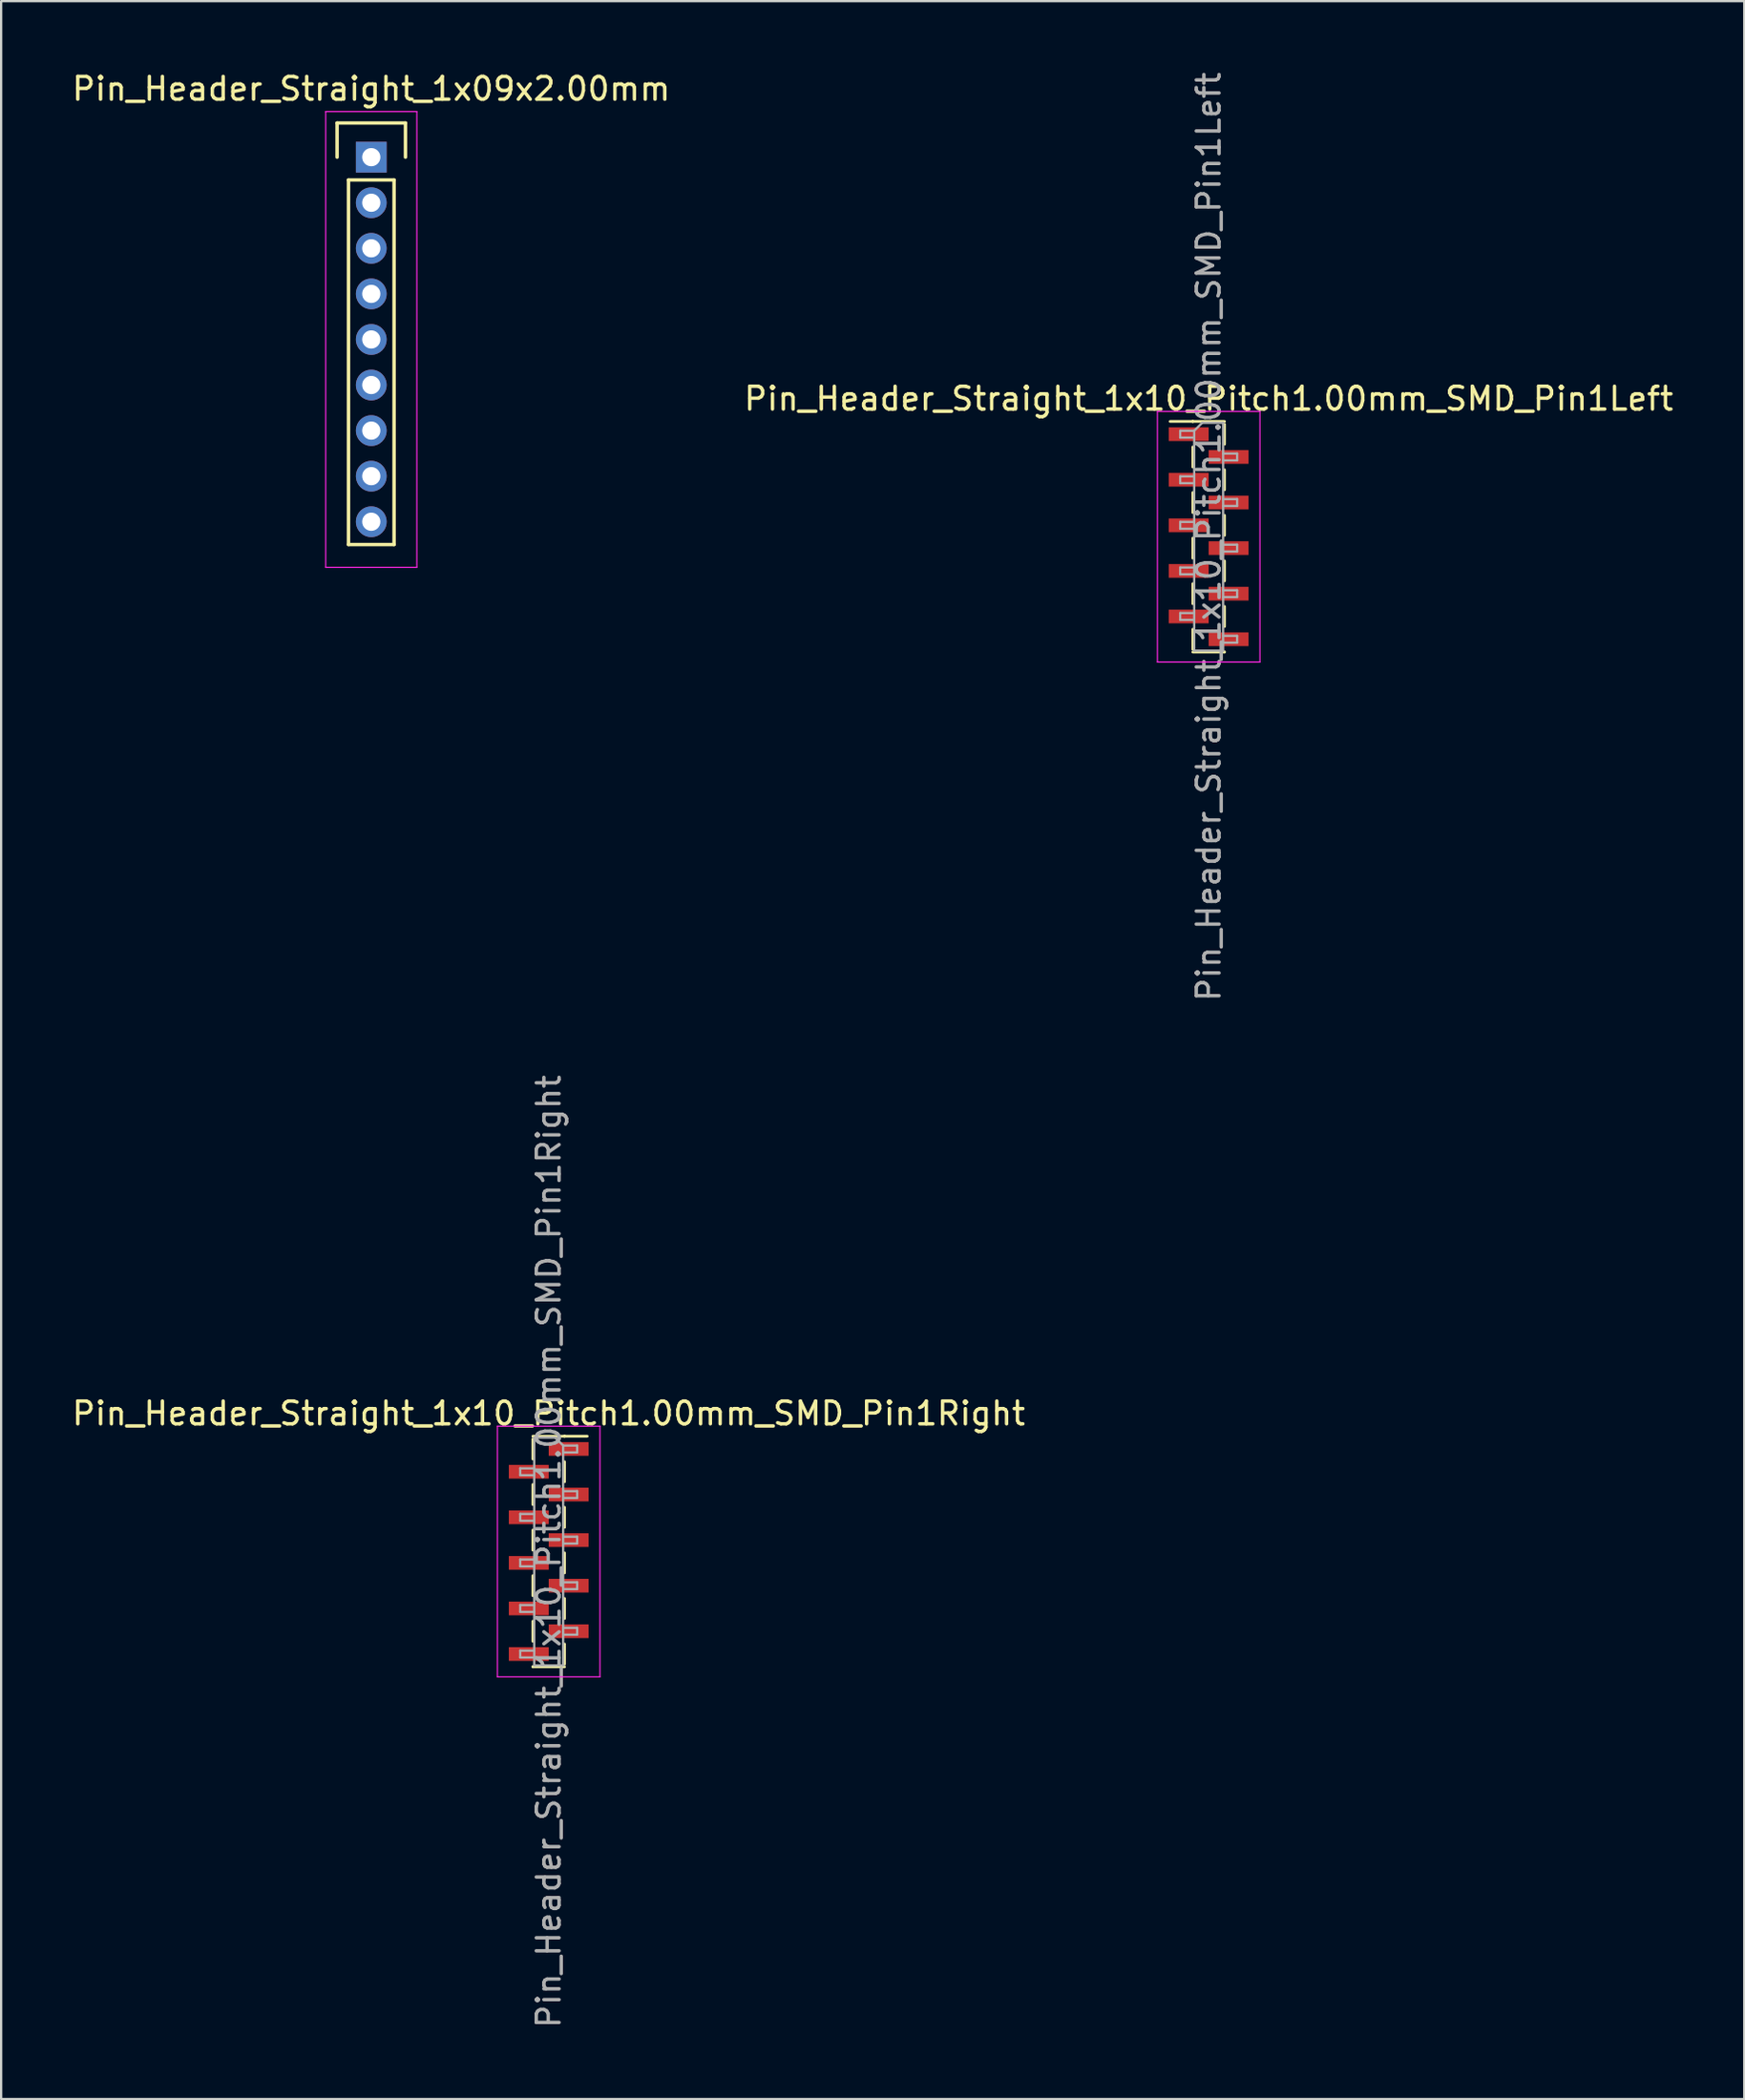
<source format=kicad_pcb>
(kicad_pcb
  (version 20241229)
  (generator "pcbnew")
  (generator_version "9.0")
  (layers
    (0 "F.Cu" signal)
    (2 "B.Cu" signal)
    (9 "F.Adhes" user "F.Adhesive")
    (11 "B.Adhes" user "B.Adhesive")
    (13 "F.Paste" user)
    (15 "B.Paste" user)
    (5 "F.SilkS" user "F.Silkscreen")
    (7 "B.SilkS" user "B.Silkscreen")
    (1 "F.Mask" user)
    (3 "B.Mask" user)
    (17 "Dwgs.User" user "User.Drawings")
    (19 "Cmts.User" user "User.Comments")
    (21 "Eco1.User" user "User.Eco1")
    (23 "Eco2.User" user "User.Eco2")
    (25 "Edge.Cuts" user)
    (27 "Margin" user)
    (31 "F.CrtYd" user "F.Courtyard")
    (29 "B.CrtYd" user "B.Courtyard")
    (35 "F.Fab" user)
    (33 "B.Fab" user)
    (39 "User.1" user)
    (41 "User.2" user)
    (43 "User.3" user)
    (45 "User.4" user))
  (footprint "Pin_Header_Straight_1x10_Pitch1.00mm_SMD_Pin1Left"
    (layer "F.Cu")
    (at 49.994 20.506)
    (property "Reference" "Pin_Header_Straight_1x10_Pitch1.00mm_SMD_Pin1Left" (at 0 -6.06 0) (layer "F.SilkS") (effects (font (size 1 1) (thickness 0.15))))
    (attr smd)
    (fp_line (start -0.695 -5.06) (end -1.69 -5.06) (stroke (width 0.12) (type solid)) (layer "F.SilkS"))
    (fp_line (start -0.695 -5.06) (end -0.695 -5.06) (stroke (width 0.12) (type solid)) (layer "F.SilkS"))
    (fp_line (start -0.695 -5.06) (end 0.695 -5.06) (stroke (width 0.12) (type solid)) (layer "F.SilkS"))
    (fp_line (start -0.695 -3.94) (end -0.695 -3.06) (stroke (width 0.12) (type solid)) (layer "F.SilkS"))
    (fp_line (start -0.695 -1.94) (end -0.695 -1.06) (stroke (width 0.12) (type solid)) (layer "F.SilkS"))
    (fp_line (start -0.695 0.06) (end -0.695 0.94) (stroke (width 0.12) (type solid)) (layer "F.SilkS"))
    (fp_line (start -0.695 2.06) (end -0.695 2.94) (stroke (width 0.12) (type solid)) (layer "F.SilkS"))
    (fp_line (start -0.695 4.06) (end -0.695 4.94) (stroke (width 0.12) (type solid)) (layer "F.SilkS"))
    (fp_line (start -0.695 5.06) (end 0.695 5.06) (stroke (width 0.12) (type solid)) (layer "F.SilkS"))
    (fp_line (start 0.695 -4.94) (end 0.695 -4.06) (stroke (width 0.12) (type solid)) (layer "F.SilkS"))
    (fp_line (start 0.695 -2.94) (end 0.695 -2.06) (stroke (width 0.12) (type solid)) (layer "F.SilkS"))
    (fp_line (start 0.695 -0.94) (end 0.695 -0.06) (stroke (width 0.12) (type solid)) (layer "F.SilkS"))
    (fp_line (start 0.695 1.06) (end 0.695 1.94) (stroke (width 0.12) (type solid)) (layer "F.SilkS"))
    (fp_line (start 0.695 3.06) (end 0.695 3.94) (stroke (width 0.12) (type solid)) (layer "F.SilkS"))
    (fp_line (start 0.695 5.06) (end 0.695 5.06) (stroke (width 0.12) (type solid)) (layer "F.SilkS"))
    (fp_line (start -2.25 -5.5) (end -2.25 5.5) (stroke (width 0.05) (type solid)) (layer "F.CrtYd"))
    (fp_line (start -2.25 5.5) (end 2.25 5.5) (stroke (width 0.05) (type solid)) (layer "F.CrtYd"))
    (fp_line (start 2.25 -5.5) (end -2.25 -5.5) (stroke (width 0.05) (type solid)) (layer "F.CrtYd"))
    (fp_line (start 2.25 5.5) (end 2.25 -5.5) (stroke (width 0.05) (type solid)) (layer "F.CrtYd"))
    (fp_line (start -1.25 -4.65) (end -1.25 -4.35) (stroke (width 0.1) (type solid)) (layer "F.Fab"))
    (fp_line (start -1.25 -4.35) (end -0.635 -4.35) (stroke (width 0.1) (type solid)) (layer "F.Fab"))
    (fp_line (start -1.25 -2.65) (end -1.25 -2.35) (stroke (width 0.1) (type solid)) (layer "F.Fab"))
    (fp_line (start -1.25 -2.35) (end -0.635 -2.35) (stroke (width 0.1) (type solid)) (layer "F.Fab"))
    (fp_line (start -1.25 -0.65) (end -1.25 -0.35) (stroke (width 0.1) (type solid)) (layer "F.Fab"))
    (fp_line (start -1.25 -0.35) (end -0.635 -0.35) (stroke (width 0.1) (type solid)) (layer "F.Fab"))
    (fp_line (start -1.25 1.35) (end -1.25 1.65) (stroke (width 0.1) (type solid)) (layer "F.Fab"))
    (fp_line (start -1.25 1.65) (end -0.635 1.65) (stroke (width 0.1) (type solid)) (layer "F.Fab"))
    (fp_line (start -1.25 3.35) (end -1.25 3.65) (stroke (width 0.1) (type solid)) (layer "F.Fab"))
    (fp_line (start -1.25 3.65) (end -0.635 3.65) (stroke (width 0.1) (type solid)) (layer "F.Fab"))
    (fp_line (start -0.635 -4.65) (end -1.25 -4.65) (stroke (width 0.1) (type solid)) (layer "F.Fab"))
    (fp_line (start -0.635 -4.65) (end -0.285 -5) (stroke (width 0.1) (type solid)) (layer "F.Fab"))
    (fp_line (start -0.635 -2.65) (end -1.25 -2.65) (stroke (width 0.1) (type solid)) (layer "F.Fab"))
    (fp_line (start -0.635 -0.65) (end -1.25 -0.65) (stroke (width 0.1) (type solid)) (layer "F.Fab"))
    (fp_line (start -0.635 1.35) (end -1.25 1.35) (stroke (width 0.1) (type solid)) (layer "F.Fab"))
    (fp_line (start -0.635 3.35) (end -1.25 3.35) (stroke (width 0.1) (type solid)) (layer "F.Fab"))
    (fp_line (start -0.635 5) (end -0.635 -4.65) (stroke (width 0.1) (type solid)) (layer "F.Fab"))
    (fp_line (start -0.285 -5) (end 0.635 -5) (stroke (width 0.1) (type solid)) (layer "F.Fab"))
    (fp_line (start 0.635 -5) (end 0.635 5) (stroke (width 0.1) (type solid)) (layer "F.Fab"))
    (fp_line (start 0.635 -3.65) (end 1.25 -3.65) (stroke (width 0.1) (type solid)) (layer "F.Fab"))
    (fp_line (start 0.635 -1.65) (end 1.25 -1.65) (stroke (width 0.1) (type solid)) (layer "F.Fab"))
    (fp_line (start 0.635 0.35) (end 1.25 0.35) (stroke (width 0.1) (type solid)) (layer "F.Fab"))
    (fp_line (start 0.635 2.35) (end 1.25 2.35) (stroke (width 0.1) (type solid)) (layer "F.Fab"))
    (fp_line (start 0.635 4.35) (end 1.25 4.35) (stroke (width 0.1) (type solid)) (layer "F.Fab"))
    (fp_line (start 0.635 5) (end -0.635 5) (stroke (width 0.1) (type solid)) (layer "F.Fab"))
    (fp_line (start 1.25 -3.65) (end 1.25 -3.35) (stroke (width 0.1) (type solid)) (layer "F.Fab"))
    (fp_line (start 1.25 -3.35) (end 0.635 -3.35) (stroke (width 0.1) (type solid)) (layer "F.Fab"))
    (fp_line (start 1.25 -1.65) (end 1.25 -1.35) (stroke (width 0.1) (type solid)) (layer "F.Fab"))
    (fp_line (start 1.25 -1.35) (end 0.635 -1.35) (stroke (width 0.1) (type solid)) (layer "F.Fab"))
    (fp_line (start 1.25 0.35) (end 1.25 0.65) (stroke (width 0.1) (type solid)) (layer "F.Fab"))
    (fp_line (start 1.25 0.65) (end 0.635 0.65) (stroke (width 0.1) (type solid)) (layer "F.Fab"))
    (fp_line (start 1.25 2.35) (end 1.25 2.65) (stroke (width 0.1) (type solid)) (layer "F.Fab"))
    (fp_line (start 1.25 2.65) (end 0.635 2.65) (stroke (width 0.1) (type solid)) (layer "F.Fab"))
    (fp_line (start 1.25 4.35) (end 1.25 4.65) (stroke (width 0.1) (type solid)) (layer "F.Fab"))
    (fp_line (start 1.25 4.65) (end 0.635 4.65) (stroke (width 0.1) (type solid)) (layer "F.Fab"))
    (fp_text user "${REFERENCE}" (at 0 0 90) (layer "F.Fab") (effects (font (size 1 1) (thickness 0.15))))
    (pad "1" smd rect (at -0.875 -4.5) (size 1.75 0.6) (layers "F.Cu" "F.Mask" "F.Paste"))
    (pad "2" smd rect (at 0.875 -3.5) (size 1.75 0.6) (layers "F.Cu" "F.Mask" "F.Paste"))
    (pad "3" smd rect (at -0.875 -2.5) (size 1.75 0.6) (layers "F.Cu" "F.Mask" "F.Paste"))
    (pad "4" smd rect (at 0.875 -1.5) (size 1.75 0.6) (layers "F.Cu" "F.Mask" "F.Paste"))
    (pad "5" smd rect (at -0.875 -0.5) (size 1.75 0.6) (layers "F.Cu" "F.Mask" "F.Paste"))
    (pad "6" smd rect (at 0.875 0.5) (size 1.75 0.6) (layers "F.Cu" "F.Mask" "F.Paste"))
    (pad "7" smd rect (at -0.875 1.5) (size 1.75 0.6) (layers "F.Cu" "F.Mask" "F.Paste"))
    (pad "8" smd rect (at 0.875 2.5) (size 1.75 0.6) (layers "F.Cu" "F.Mask" "F.Paste"))
    (pad "9" smd rect (at -0.875 3.5) (size 1.75 0.6) (layers "F.Cu" "F.Mask" "F.Paste"))
    (pad "10" smd rect (at 0.875 4.5) (size 1.75 0.6) (layers "F.Cu" "F.Mask" "F.Paste")))
  (footprint "Pin_Header_Straight_1x10_Pitch1.00mm_SMD_Pin1Right"
    (layer "F.Cu")
    (at 21.03 65.042)
    (property "Reference" "Pin_Header_Straight_1x10_Pitch1.00mm_SMD_Pin1Right" (at 0 -6.06 0) (layer "F.SilkS") (effects (font (size 1 1) (thickness 0.15))))
    (attr smd)
    (fp_line (start -0.695 -5.06) (end 0.695 -5.06) (stroke (width 0.12) (type solid)) (layer "F.SilkS"))
    (fp_line (start -0.695 -4.94) (end -0.695 -4.06) (stroke (width 0.12) (type solid)) (layer "F.SilkS"))
    (fp_line (start -0.695 -2.94) (end -0.695 -2.06) (stroke (width 0.12) (type solid)) (layer "F.SilkS"))
    (fp_line (start -0.695 -0.94) (end -0.695 -0.06) (stroke (width 0.12) (type solid)) (layer "F.SilkS"))
    (fp_line (start -0.695 1.06) (end -0.695 1.94) (stroke (width 0.12) (type solid)) (layer "F.SilkS"))
    (fp_line (start -0.695 3.06) (end -0.695 3.94) (stroke (width 0.12) (type solid)) (layer "F.SilkS"))
    (fp_line (start -0.695 5.06) (end -0.695 5.06) (stroke (width 0.12) (type solid)) (layer "F.SilkS"))
    (fp_line (start -0.695 5.06) (end 0.695 5.06) (stroke (width 0.12) (type solid)) (layer "F.SilkS"))
    (fp_line (start 0.695 -5.06) (end 0.695 -5.06) (stroke (width 0.12) (type solid)) (layer "F.SilkS"))
    (fp_line (start 0.695 -5.06) (end 1.69 -5.06) (stroke (width 0.12) (type solid)) (layer "F.SilkS"))
    (fp_line (start 0.695 -3.94) (end 0.695 -3.06) (stroke (width 0.12) (type solid)) (layer "F.SilkS"))
    (fp_line (start 0.695 -1.94) (end 0.695 -1.06) (stroke (width 0.12) (type solid)) (layer "F.SilkS"))
    (fp_line (start 0.695 0.06) (end 0.695 0.94) (stroke (width 0.12) (type solid)) (layer "F.SilkS"))
    (fp_line (start 0.695 2.06) (end 0.695 2.94) (stroke (width 0.12) (type solid)) (layer "F.SilkS"))
    (fp_line (start 0.695 4.06) (end 0.695 4.94) (stroke (width 0.12) (type solid)) (layer "F.SilkS"))
    (fp_line (start -2.25 -5.5) (end -2.25 5.5) (stroke (width 0.05) (type solid)) (layer "F.CrtYd"))
    (fp_line (start -2.25 5.5) (end 2.25 5.5) (stroke (width 0.05) (type solid)) (layer "F.CrtYd"))
    (fp_line (start 2.25 -5.5) (end -2.25 -5.5) (stroke (width 0.05) (type solid)) (layer "F.CrtYd"))
    (fp_line (start 2.25 5.5) (end 2.25 -5.5) (stroke (width 0.05) (type solid)) (layer "F.CrtYd"))
    (fp_line (start -1.25 -3.65) (end -1.25 -3.35) (stroke (width 0.1) (type solid)) (layer "F.Fab"))
    (fp_line (start -1.25 -3.35) (end -0.635 -3.35) (stroke (width 0.1) (type solid)) (layer "F.Fab"))
    (fp_line (start -1.25 -1.65) (end -1.25 -1.35) (stroke (width 0.1) (type solid)) (layer "F.Fab"))
    (fp_line (start -1.25 -1.35) (end -0.635 -1.35) (stroke (width 0.1) (type solid)) (layer "F.Fab"))
    (fp_line (start -1.25 0.35) (end -1.25 0.65) (stroke (width 0.1) (type solid)) (layer "F.Fab"))
    (fp_line (start -1.25 0.65) (end -0.635 0.65) (stroke (width 0.1) (type solid)) (layer "F.Fab"))
    (fp_line (start -1.25 2.35) (end -1.25 2.65) (stroke (width 0.1) (type solid)) (layer "F.Fab"))
    (fp_line (start -1.25 2.65) (end -0.635 2.65) (stroke (width 0.1) (type solid)) (layer "F.Fab"))
    (fp_line (start -1.25 4.35) (end -1.25 4.65) (stroke (width 0.1) (type solid)) (layer "F.Fab"))
    (fp_line (start -1.25 4.65) (end -0.635 4.65) (stroke (width 0.1) (type solid)) (layer "F.Fab"))
    (fp_line (start -0.635 -5) (end -0.635 5) (stroke (width 0.1) (type solid)) (layer "F.Fab"))
    (fp_line (start -0.635 -5) (end 0.285 -5) (stroke (width 0.1) (type solid)) (layer "F.Fab"))
    (fp_line (start -0.635 -3.65) (end -1.25 -3.65) (stroke (width 0.1) (type solid)) (layer "F.Fab"))
    (fp_line (start -0.635 -1.65) (end -1.25 -1.65) (stroke (width 0.1) (type solid)) (layer "F.Fab"))
    (fp_line (start -0.635 0.35) (end -1.25 0.35) (stroke (width 0.1) (type solid)) (layer "F.Fab"))
    (fp_line (start -0.635 2.35) (end -1.25 2.35) (stroke (width 0.1) (type solid)) (layer "F.Fab"))
    (fp_line (start -0.635 4.35) (end -1.25 4.35) (stroke (width 0.1) (type solid)) (layer "F.Fab"))
    (fp_line (start 0.635 -4.65) (end 0.285 -5) (stroke (width 0.1) (type solid)) (layer "F.Fab"))
    (fp_line (start 0.635 -4.65) (end 1.25 -4.65) (stroke (width 0.1) (type solid)) (layer "F.Fab"))
    (fp_line (start 0.635 -2.65) (end 1.25 -2.65) (stroke (width 0.1) (type solid)) (layer "F.Fab"))
    (fp_line (start 0.635 -0.65) (end 1.25 -0.65) (stroke (width 0.1) (type solid)) (layer "F.Fab"))
    (fp_line (start 0.635 1.35) (end 1.25 1.35) (stroke (width 0.1) (type solid)) (layer "F.Fab"))
    (fp_line (start 0.635 3.35) (end 1.25 3.35) (stroke (width 0.1) (type solid)) (layer "F.Fab"))
    (fp_line (start 0.635 5) (end -0.635 5) (stroke (width 0.1) (type solid)) (layer "F.Fab"))
    (fp_line (start 0.635 5) (end 0.635 -4.65) (stroke (width 0.1) (type solid)) (layer "F.Fab"))
    (fp_line (start 1.25 -4.65) (end 1.25 -4.35) (stroke (width 0.1) (type solid)) (layer "F.Fab"))
    (fp_line (start 1.25 -4.35) (end 0.635 -4.35) (stroke (width 0.1) (type solid)) (layer "F.Fab"))
    (fp_line (start 1.25 -2.65) (end 1.25 -2.35) (stroke (width 0.1) (type solid)) (layer "F.Fab"))
    (fp_line (start 1.25 -2.35) (end 0.635 -2.35) (stroke (width 0.1) (type solid)) (layer "F.Fab"))
    (fp_line (start 1.25 -0.65) (end 1.25 -0.35) (stroke (width 0.1) (type solid)) (layer "F.Fab"))
    (fp_line (start 1.25 -0.35) (end 0.635 -0.35) (stroke (width 0.1) (type solid)) (layer "F.Fab"))
    (fp_line (start 1.25 1.35) (end 1.25 1.65) (stroke (width 0.1) (type solid)) (layer "F.Fab"))
    (fp_line (start 1.25 1.65) (end 0.635 1.65) (stroke (width 0.1) (type solid)) (layer "F.Fab"))
    (fp_line (start 1.25 3.35) (end 1.25 3.65) (stroke (width 0.1) (type solid)) (layer "F.Fab"))
    (fp_line (start 1.25 3.65) (end 0.635 3.65) (stroke (width 0.1) (type solid)) (layer "F.Fab"))
    (fp_text user "${REFERENCE}" (at 0 0 90) (layer "F.Fab") (effects (font (size 1 1) (thickness 0.15))))
    (pad "1" smd rect (at 0.875 -4.5) (size 1.75 0.6) (layers "F.Cu" "F.Mask" "F.Paste"))
    (pad "2" smd rect (at -0.875 -3.5) (size 1.75 0.6) (layers "F.Cu" "F.Mask" "F.Paste"))
    (pad "3" smd rect (at 0.875 -2.5) (size 1.75 0.6) (layers "F.Cu" "F.Mask" "F.Paste"))
    (pad "4" smd rect (at -0.875 -1.5) (size 1.75 0.6) (layers "F.Cu" "F.Mask" "F.Paste"))
    (pad "5" smd rect (at 0.875 -0.5) (size 1.75 0.6) (layers "F.Cu" "F.Mask" "F.Paste"))
    (pad "6" smd rect (at -0.875 0.5) (size 1.75 0.6) (layers "F.Cu" "F.Mask" "F.Paste"))
    (pad "7" smd rect (at 0.875 1.5) (size 1.75 0.6) (layers "F.Cu" "F.Mask" "F.Paste"))
    (pad "8" smd rect (at -0.875 2.5) (size 1.75 0.6) (layers "F.Cu" "F.Mask" "F.Paste"))
    (pad "9" smd rect (at 0.875 3.5) (size 1.75 0.6) (layers "F.Cu" "F.Mask" "F.Paste"))
    (pad "10" smd rect (at -0.875 4.5) (size 1.75 0.6) (layers "F.Cu" "F.Mask" "F.Paste")))
  (footprint "Pin_Header_Straight_1x09x2.00mm"
    (layer "F.Cu")
    (at 13.244 3.848)
    (property "Reference" "Pin_Header_Straight_1x09x2.00mm" (at 0 -3 0) (layer "F.SilkS") (effects (font (size 1 1) (thickness 0.15))))
    (attr through_hole)
    (fp_line (start -1.5 -1.5) (end 1.5 -1.5) (stroke (width 0.15) (type solid)) (layer "F.SilkS"))
    (fp_line (start -1.5 0) (end -1.5 -1.5) (stroke (width 0.15) (type solid)) (layer "F.SilkS"))
    (fp_line (start -1 1) (end 1 1) (stroke (width 0.15) (type solid)) (layer "F.SilkS"))
    (fp_line (start -1 17) (end -1 1) (stroke (width 0.15) (type solid)) (layer "F.SilkS"))
    (fp_line (start 1 1) (end 1 17) (stroke (width 0.15) (type solid)) (layer "F.SilkS"))
    (fp_line (start 1 17) (end -1 17) (stroke (width 0.15) (type solid)) (layer "F.SilkS"))
    (fp_line (start 1.5 -1.5) (end 1.5 0) (stroke (width 0.15) (type solid)) (layer "F.SilkS"))
    (fp_line (start -2 -2) (end 2 -2) (stroke (width 0.05) (type solid)) (layer "F.CrtYd"))
    (fp_line (start -2 18) (end -2 -2) (stroke (width 0.05) (type solid)) (layer "F.CrtYd"))
    (fp_line (start 2 -2) (end 2 18) (stroke (width 0.05) (type solid)) (layer "F.CrtYd"))
    (fp_line (start 2 18) (end -2 18) (stroke (width 0.05) (type solid)) (layer "F.CrtYd"))
    (pad "1" thru_hole rect (at 0 0) (size 1.35 1.35) (drill 0.8) (layers "*.Cu" "*.Mask"))
    (pad "2" thru_hole circle (at 0 2) (size 1.35 1.35) (drill 0.8) (layers "*.Cu" "*.Mask"))
    (pad "3" thru_hole circle (at 0 4) (size 1.35 1.35) (drill 0.8) (layers "*.Cu" "*.Mask"))
    (pad "4" thru_hole circle (at 0 6) (size 1.35 1.35) (drill 0.8) (layers "*.Cu" "*.Mask"))
    (pad "5" thru_hole circle (at 0 8) (size 1.35 1.35) (drill 0.8) (layers "*.Cu" "*.Mask"))
    (pad "6" thru_hole circle (at 0 10) (size 1.35 1.35) (drill 0.8) (layers "*.Cu" "*.Mask"))
    (pad "7" thru_hole circle (at 0 12) (size 1.35 1.35) (drill 0.8) (layers "*.Cu" "*.Mask"))
    (pad "8" thru_hole circle (at 0 14) (size 1.35 1.35) (drill 0.8) (layers "*.Cu" "*.Mask"))
    (pad "9" thru_hole circle (at 0 16) (size 1.35 1.35) (drill 0.8) (layers "*.Cu" "*.Mask")))
  (gr_rect
    (start -3 -3)
    (end 73.5 89.071)
    (stroke (width 0.1) (type default))
    (fill no)
    (layer "Edge.Cuts")))
</source>
